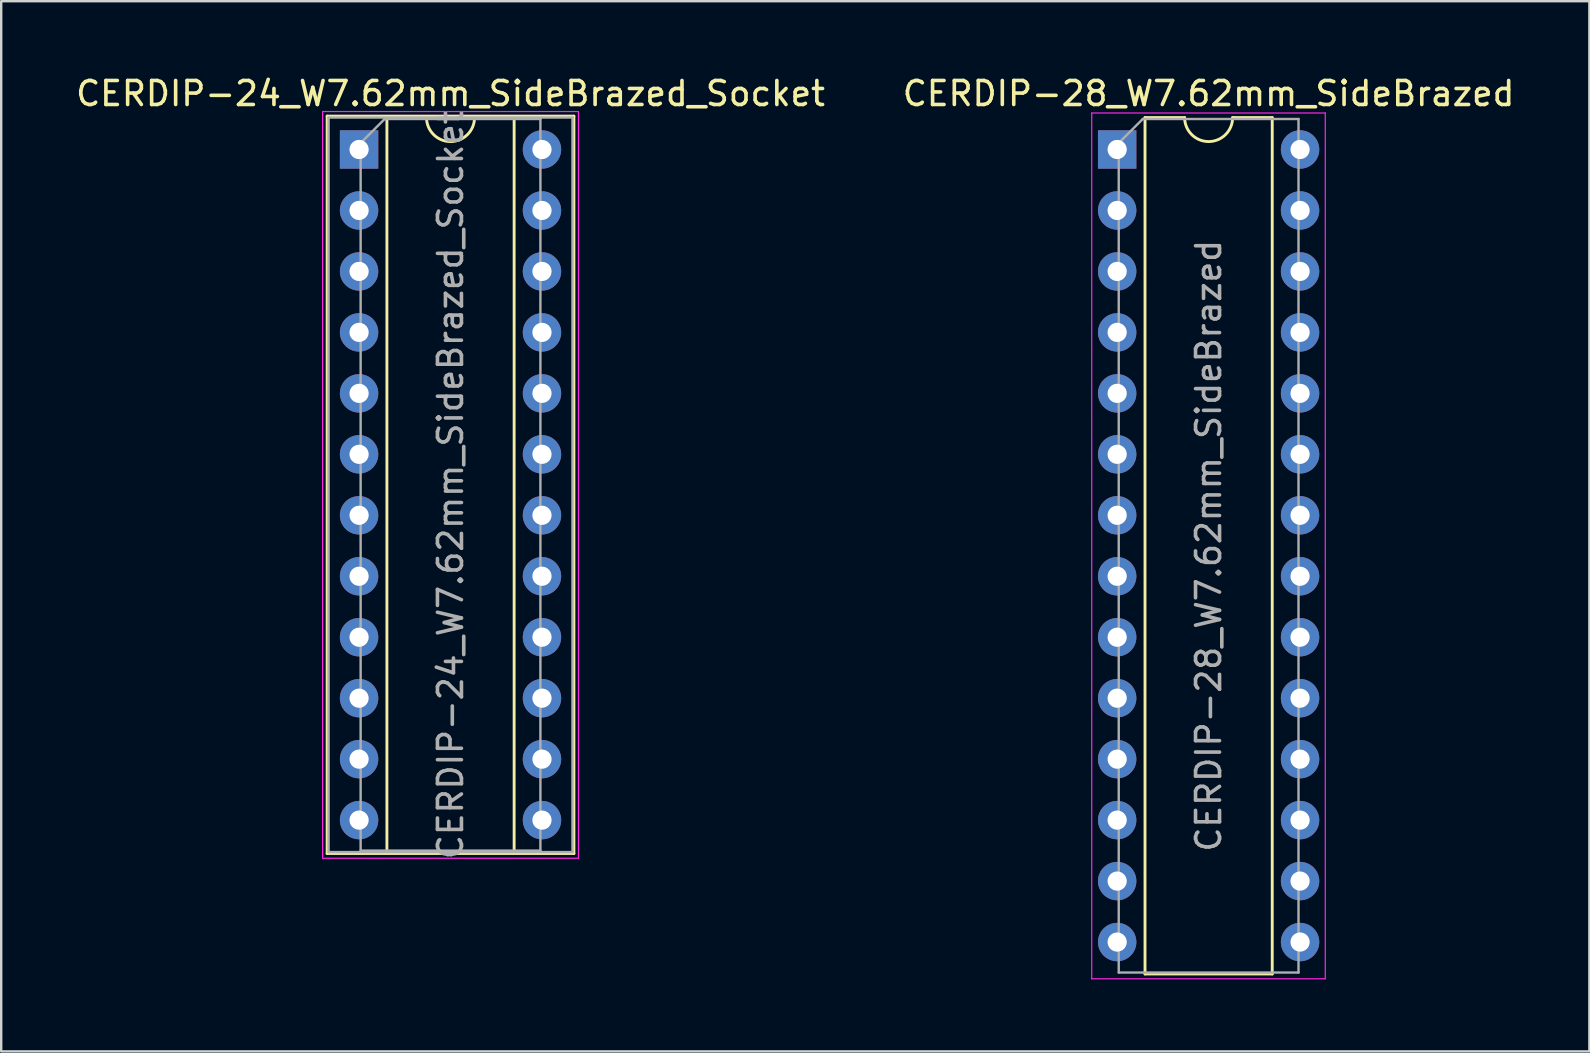
<source format=kicad_pcb>
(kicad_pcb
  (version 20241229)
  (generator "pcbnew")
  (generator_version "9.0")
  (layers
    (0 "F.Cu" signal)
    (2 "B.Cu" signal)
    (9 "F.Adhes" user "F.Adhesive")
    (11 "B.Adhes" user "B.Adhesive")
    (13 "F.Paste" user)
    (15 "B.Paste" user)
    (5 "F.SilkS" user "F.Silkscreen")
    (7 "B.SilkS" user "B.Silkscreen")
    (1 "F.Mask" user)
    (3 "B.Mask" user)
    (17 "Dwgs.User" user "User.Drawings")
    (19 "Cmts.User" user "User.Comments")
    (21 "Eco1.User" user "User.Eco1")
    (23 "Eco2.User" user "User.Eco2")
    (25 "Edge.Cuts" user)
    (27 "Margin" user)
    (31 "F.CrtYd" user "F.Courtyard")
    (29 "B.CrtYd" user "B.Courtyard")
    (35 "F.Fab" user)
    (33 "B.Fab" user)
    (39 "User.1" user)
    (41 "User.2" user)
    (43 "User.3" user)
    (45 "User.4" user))
  (footprint "CERDIP-28_W7.62mm_SideBrazed"
    (layer "F.Cu")
    (at 43.494 3.178)
    (property "Reference" "CERDIP-28_W7.62mm_SideBrazed" (at 3.81 -2.33 0) (layer "F.SilkS") (effects (font (size 1 1) (thickness 0.15))))
    (attr through_hole)
    (fp_line (start 1.16 -1.33) (end 1.16 34.35) (stroke (width 0.12) (type solid)) (layer "F.SilkS"))
    (fp_line (start 1.16 34.35) (end 6.46 34.35) (stroke (width 0.12) (type solid)) (layer "F.SilkS"))
    (fp_line (start 2.81 -1.33) (end 1.16 -1.33) (stroke (width 0.12) (type solid)) (layer "F.SilkS"))
    (fp_line (start 6.46 -1.33) (end 4.81 -1.33) (stroke (width 0.12) (type solid)) (layer "F.SilkS"))
    (fp_line (start 6.46 34.35) (end 6.46 -1.33) (stroke (width 0.12) (type solid)) (layer "F.SilkS"))
    (fp_arc (start 4.81 -1.33) (mid 3.81 -0.33) (end 2.81 -1.33) (stroke (width 0.12) (type solid)) (layer "F.SilkS"))
    (fp_line (start -1.06 -1.52) (end -1.06 34.55) (stroke (width 0.05) (type solid)) (layer "F.CrtYd"))
    (fp_line (start -1.06 34.55) (end 8.67 34.55) (stroke (width 0.05) (type solid)) (layer "F.CrtYd"))
    (fp_line (start 8.67 -1.52) (end -1.06 -1.52) (stroke (width 0.05) (type solid)) (layer "F.CrtYd"))
    (fp_line (start 8.67 34.55) (end 8.67 -1.52) (stroke (width 0.05) (type solid)) (layer "F.CrtYd"))
    (fp_line (start 0.065 -0.27) (end 1.065 -1.27) (stroke (width 0.1) (type solid)) (layer "F.Fab"))
    (fp_line (start 0.065 34.29) (end 0.065 -0.27) (stroke (width 0.1) (type solid)) (layer "F.Fab"))
    (fp_line (start 1.065 -1.27) (end 7.555 -1.27) (stroke (width 0.1) (type solid)) (layer "F.Fab"))
    (fp_line (start 7.555 -1.27) (end 7.555 34.29) (stroke (width 0.1) (type solid)) (layer "F.Fab"))
    (fp_line (start 7.555 34.29) (end 0.065 34.29) (stroke (width 0.1) (type solid)) (layer "F.Fab"))
    (fp_text user "${REFERENCE}" (at 3.81 16.51 90) (layer "F.Fab") (effects (font (size 1 1) (thickness 0.15))))
    (pad "1" thru_hole rect (at 0 0) (size 1.6 1.6) (drill 0.8) (layers "*.Cu" "*.Mask"))
    (pad "2" thru_hole circle (at 0 2.54) (size 1.6 1.6) (drill 0.8) (layers "*.Cu" "*.Mask"))
    (pad "3" thru_hole circle (at 0 5.08) (size 1.6 1.6) (drill 0.8) (layers "*.Cu" "*.Mask"))
    (pad "4" thru_hole circle (at 0 7.62) (size 1.6 1.6) (drill 0.8) (layers "*.Cu" "*.Mask"))
    (pad "5" thru_hole circle (at 0 10.16) (size 1.6 1.6) (drill 0.8) (layers "*.Cu" "*.Mask"))
    (pad "6" thru_hole circle (at 0 12.7) (size 1.6 1.6) (drill 0.8) (layers "*.Cu" "*.Mask"))
    (pad "7" thru_hole circle (at 0 15.24) (size 1.6 1.6) (drill 0.8) (layers "*.Cu" "*.Mask"))
    (pad "8" thru_hole circle (at 0 17.78) (size 1.6 1.6) (drill 0.8) (layers "*.Cu" "*.Mask"))
    (pad "9" thru_hole circle (at 0 20.32) (size 1.6 1.6) (drill 0.8) (layers "*.Cu" "*.Mask"))
    (pad "10" thru_hole circle (at 0 22.86) (size 1.6 1.6) (drill 0.8) (layers "*.Cu" "*.Mask"))
    (pad "11" thru_hole circle (at 0 25.4) (size 1.6 1.6) (drill 0.8) (layers "*.Cu" "*.Mask"))
    (pad "12" thru_hole circle (at 0 27.94) (size 1.6 1.6) (drill 0.8) (layers "*.Cu" "*.Mask"))
    (pad "13" thru_hole circle (at 0 30.48) (size 1.6 1.6) (drill 0.8) (layers "*.Cu" "*.Mask"))
    (pad "14" thru_hole circle (at 0 33.02) (size 1.6 1.6) (drill 0.8) (layers "*.Cu" "*.Mask"))
    (pad "15" thru_hole circle (at 7.62 33.02) (size 1.6 1.6) (drill 0.8) (layers "*.Cu" "*.Mask"))
    (pad "16" thru_hole circle (at 7.62 30.48) (size 1.6 1.6) (drill 0.8) (layers "*.Cu" "*.Mask"))
    (pad "17" thru_hole circle (at 7.62 27.94) (size 1.6 1.6) (drill 0.8) (layers "*.Cu" "*.Mask"))
    (pad "18" thru_hole circle (at 7.62 25.4) (size 1.6 1.6) (drill 0.8) (layers "*.Cu" "*.Mask"))
    (pad "19" thru_hole circle (at 7.62 22.86) (size 1.6 1.6) (drill 0.8) (layers "*.Cu" "*.Mask"))
    (pad "20" thru_hole circle (at 7.62 20.32) (size 1.6 1.6) (drill 0.8) (layers "*.Cu" "*.Mask"))
    (pad "21" thru_hole circle (at 7.62 17.78) (size 1.6 1.6) (drill 0.8) (layers "*.Cu" "*.Mask"))
    (pad "22" thru_hole circle (at 7.62 15.24) (size 1.6 1.6) (drill 0.8) (layers "*.Cu" "*.Mask"))
    (pad "23" thru_hole circle (at 7.62 12.7) (size 1.6 1.6) (drill 0.8) (layers "*.Cu" "*.Mask"))
    (pad "24" thru_hole circle (at 7.62 10.16) (size 1.6 1.6) (drill 0.8) (layers "*.Cu" "*.Mask"))
    (pad "25" thru_hole circle (at 7.62 7.62) (size 1.6 1.6) (drill 0.8) (layers "*.Cu" "*.Mask"))
    (pad "26" thru_hole circle (at 7.62 5.08) (size 1.6 1.6) (drill 0.8) (layers "*.Cu" "*.Mask"))
    (pad "27" thru_hole circle (at 7.62 2.54) (size 1.6 1.6) (drill 0.8) (layers "*.Cu" "*.Mask"))
    (pad "28" thru_hole circle (at 7.62 0) (size 1.6 1.6) (drill 0.8) (layers "*.Cu" "*.Mask")))
  (footprint "CERDIP-24_W7.62mm_SideBrazed_Socket"
    (layer "F.Cu")
    (at 11.91 3.178)
    (property "Reference" "CERDIP-24_W7.62mm_SideBrazed_Socket" (at 3.81 -2.33 0) (layer "F.SilkS") (effects (font (size 1 1) (thickness 0.15))))
    (attr through_hole)
    (fp_line (start -1.33 -1.39) (end -1.33 29.33) (stroke (width 0.12) (type solid)) (layer "F.SilkS"))
    (fp_line (start -1.33 29.33) (end 8.95 29.33) (stroke (width 0.12) (type solid)) (layer "F.SilkS"))
    (fp_line (start 1.16 -1.33) (end 1.16 29.27) (stroke (width 0.12) (type solid)) (layer "F.SilkS"))
    (fp_line (start 1.16 29.27) (end 6.46 29.27) (stroke (width 0.12) (type solid)) (layer "F.SilkS"))
    (fp_line (start 2.81 -1.33) (end 1.16 -1.33) (stroke (width 0.12) (type solid)) (layer "F.SilkS"))
    (fp_line (start 6.46 -1.33) (end 4.81 -1.33) (stroke (width 0.12) (type solid)) (layer "F.SilkS"))
    (fp_line (start 6.46 29.27) (end 6.46 -1.33) (stroke (width 0.12) (type solid)) (layer "F.SilkS"))
    (fp_line (start 8.95 -1.39) (end -1.33 -1.39) (stroke (width 0.12) (type solid)) (layer "F.SilkS"))
    (fp_line (start 8.95 29.33) (end 8.95 -1.39) (stroke (width 0.12) (type solid)) (layer "F.SilkS"))
    (fp_arc (start 4.81 -1.33) (mid 3.81 -0.33) (end 2.81 -1.33) (stroke (width 0.12) (type solid)) (layer "F.SilkS"))
    (fp_line (start -1.52 -1.58) (end -1.52 29.53) (stroke (width 0.05) (type solid)) (layer "F.CrtYd"))
    (fp_line (start -1.52 29.53) (end 9.14 29.53) (stroke (width 0.05) (type solid)) (layer "F.CrtYd"))
    (fp_line (start 9.14 -1.58) (end -1.52 -1.58) (stroke (width 0.05) (type solid)) (layer "F.CrtYd"))
    (fp_line (start 9.14 29.53) (end 9.14 -1.58) (stroke (width 0.05) (type solid)) (layer "F.CrtYd"))
    (fp_line (start -1.27 -1.33) (end -1.27 29.27) (stroke (width 0.1) (type solid)) (layer "F.Fab"))
    (fp_line (start -1.27 29.27) (end 8.89 29.27) (stroke (width 0.1) (type solid)) (layer "F.Fab"))
    (fp_line (start 0.065 -0.27) (end 1.065 -1.27) (stroke (width 0.1) (type solid)) (layer "F.Fab"))
    (fp_line (start 0.065 29.21) (end 0.065 -0.27) (stroke (width 0.1) (type solid)) (layer "F.Fab"))
    (fp_line (start 1.065 -1.27) (end 7.555 -1.27) (stroke (width 0.1) (type solid)) (layer "F.Fab"))
    (fp_line (start 7.555 -1.27) (end 7.555 29.21) (stroke (width 0.1) (type solid)) (layer "F.Fab"))
    (fp_line (start 7.555 29.21) (end 0.065 29.21) (stroke (width 0.1) (type solid)) (layer "F.Fab"))
    (fp_line (start 8.89 -1.33) (end -1.27 -1.33) (stroke (width 0.1) (type solid)) (layer "F.Fab"))
    (fp_line (start 8.89 29.27) (end 8.89 -1.33) (stroke (width 0.1) (type solid)) (layer "F.Fab"))
    (fp_text user "${REFERENCE}" (at 3.81 13.97 90) (layer "F.Fab") (effects (font (size 1 1) (thickness 0.15))))
    (pad "1" thru_hole rect (at 0 0) (size 1.6 1.6) (drill 0.8) (layers "*.Cu" "*.Mask"))
    (pad "2" thru_hole circle (at 0 2.54) (size 1.6 1.6) (drill 0.8) (layers "*.Cu" "*.Mask"))
    (pad "3" thru_hole circle (at 0 5.08) (size 1.6 1.6) (drill 0.8) (layers "*.Cu" "*.Mask"))
    (pad "4" thru_hole circle (at 0 7.62) (size 1.6 1.6) (drill 0.8) (layers "*.Cu" "*.Mask"))
    (pad "5" thru_hole circle (at 0 10.16) (size 1.6 1.6) (drill 0.8) (layers "*.Cu" "*.Mask"))
    (pad "6" thru_hole circle (at 0 12.7) (size 1.6 1.6) (drill 0.8) (layers "*.Cu" "*.Mask"))
    (pad "7" thru_hole circle (at 0 15.24) (size 1.6 1.6) (drill 0.8) (layers "*.Cu" "*.Mask"))
    (pad "8" thru_hole circle (at 0 17.78) (size 1.6 1.6) (drill 0.8) (layers "*.Cu" "*.Mask"))
    (pad "9" thru_hole circle (at 0 20.32) (size 1.6 1.6) (drill 0.8) (layers "*.Cu" "*.Mask"))
    (pad "10" thru_hole circle (at 0 22.86) (size 1.6 1.6) (drill 0.8) (layers "*.Cu" "*.Mask"))
    (pad "11" thru_hole circle (at 0 25.4) (size 1.6 1.6) (drill 0.8) (layers "*.Cu" "*.Mask"))
    (pad "12" thru_hole circle (at 0 27.94) (size 1.6 1.6) (drill 0.8) (layers "*.Cu" "*.Mask"))
    (pad "13" thru_hole circle (at 7.62 27.94) (size 1.6 1.6) (drill 0.8) (layers "*.Cu" "*.Mask"))
    (pad "14" thru_hole circle (at 7.62 25.4) (size 1.6 1.6) (drill 0.8) (layers "*.Cu" "*.Mask"))
    (pad "15" thru_hole circle (at 7.62 22.86) (size 1.6 1.6) (drill 0.8) (layers "*.Cu" "*.Mask"))
    (pad "16" thru_hole circle (at 7.62 20.32) (size 1.6 1.6) (drill 0.8) (layers "*.Cu" "*.Mask"))
    (pad "17" thru_hole circle (at 7.62 17.78) (size 1.6 1.6) (drill 0.8) (layers "*.Cu" "*.Mask"))
    (pad "18" thru_hole circle (at 7.62 15.24) (size 1.6 1.6) (drill 0.8) (layers "*.Cu" "*.Mask"))
    (pad "19" thru_hole circle (at 7.62 12.7) (size 1.6 1.6) (drill 0.8) (layers "*.Cu" "*.Mask"))
    (pad "20" thru_hole circle (at 7.62 10.16) (size 1.6 1.6) (drill 0.8) (layers "*.Cu" "*.Mask"))
    (pad "21" thru_hole circle (at 7.62 7.62) (size 1.6 1.6) (drill 0.8) (layers "*.Cu" "*.Mask"))
    (pad "22" thru_hole circle (at 7.62 5.08) (size 1.6 1.6) (drill 0.8) (layers "*.Cu" "*.Mask"))
    (pad "23" thru_hole circle (at 7.62 2.54) (size 1.6 1.6) (drill 0.8) (layers "*.Cu" "*.Mask"))
    (pad "24" thru_hole circle (at 7.62 0) (size 1.6 1.6) (drill 0.8) (layers "*.Cu" "*.Mask")))
  (gr_rect
    (start -3 -3)
    (end 63.167 40.753)
    (stroke (width 0.1) (type default))
    (fill no)
    (layer "Edge.Cuts")))
</source>
